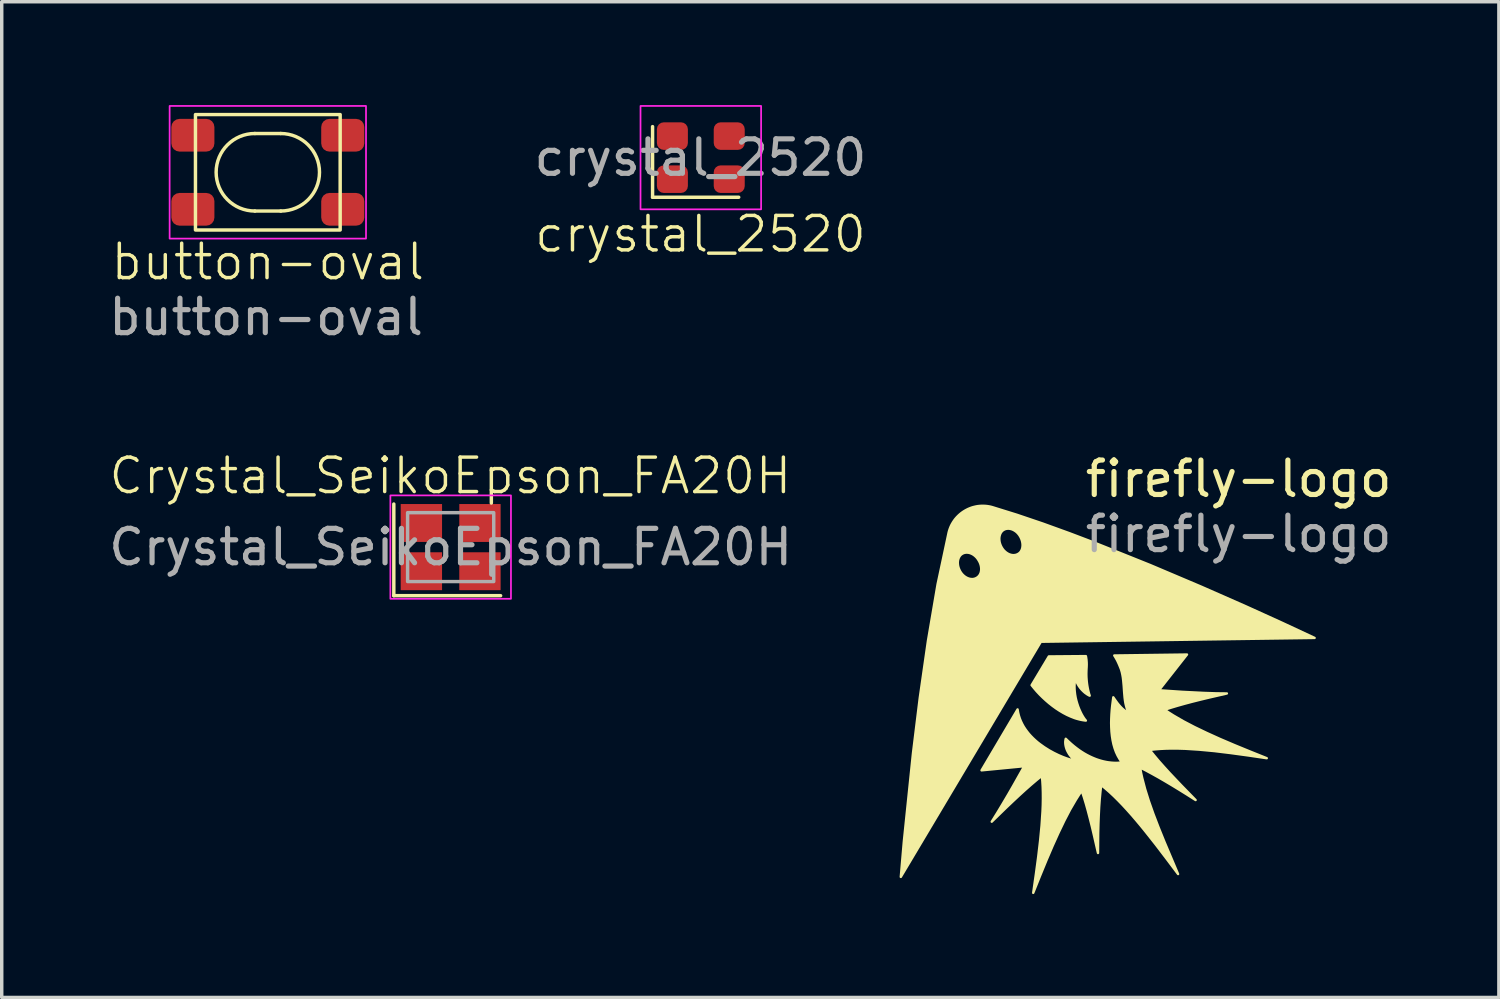
<source format=kicad_pcb>
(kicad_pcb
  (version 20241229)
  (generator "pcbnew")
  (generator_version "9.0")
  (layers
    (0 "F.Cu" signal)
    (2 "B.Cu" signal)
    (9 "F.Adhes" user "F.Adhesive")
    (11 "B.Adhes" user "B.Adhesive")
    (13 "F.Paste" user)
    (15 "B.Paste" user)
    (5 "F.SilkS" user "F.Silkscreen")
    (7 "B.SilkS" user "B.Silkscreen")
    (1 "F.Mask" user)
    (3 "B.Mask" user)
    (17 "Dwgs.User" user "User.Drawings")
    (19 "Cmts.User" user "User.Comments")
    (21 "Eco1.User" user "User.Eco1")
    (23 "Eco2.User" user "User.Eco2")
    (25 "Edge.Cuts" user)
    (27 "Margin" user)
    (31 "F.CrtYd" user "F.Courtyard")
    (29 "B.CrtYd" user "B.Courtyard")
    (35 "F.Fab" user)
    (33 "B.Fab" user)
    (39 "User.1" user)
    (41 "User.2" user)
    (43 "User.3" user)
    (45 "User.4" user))
  (footprint "crystal_2520"
    (layer "F.Cu")
    (at 17.29 1.525)
    (property "Reference" "crystal_2520" (at -0.01 2.22 0) (unlocked yes) (layer "F.SilkS") (effects (font (size 1 1) (thickness 0.1))))
    (attr smd)
    (fp_line (start -1.4 -0.9) (end -1.4 1.15) (stroke (width 0.1) (type default)) (layer "F.SilkS"))
    (fp_line (start -1.4 1.15) (end 1.1 1.15) (stroke (width 0.1) (type default)) (layer "F.SilkS"))
    (fp_rect (start -1.75 -1.5) (end 1.75 1.5) (stroke (width 0.05) (type default)) (fill no) (layer "F.CrtYd"))
    (fp_text user "${REFERENCE}" (at -0.01 0 0) (unlocked yes) (layer "F.Fab") (effects (font (size 1 1) (thickness 0.15))))
    (pad "1" smd roundrect (at -0.825 0.625) (size 0.9 0.8) (layers "F.Cu" "F.Mask" "F.Paste") (roundrect_rratio 0.25))
    (pad "2" smd roundrect (at 0.825 0.625) (size 0.9 0.8) (layers "F.Cu" "F.Mask" "F.Paste") (roundrect_rratio 0.25))
    (pad "3" smd roundrect (at 0.825 -0.625) (size 0.9 0.8) (layers "F.Cu" "F.Mask" "F.Paste") (roundrect_rratio 0.25))
    (pad "4" smd roundrect (at -0.825 -0.625) (size 0.9 0.8) (layers "F.Cu" "F.Mask" "F.Paste") (roundrect_rratio 0.25)))
  (footprint "firefly-logo"
    (layer "F.Cu")
    (at 27.6 15.947)
    (property "Reference" "firefly-logo" (at 5.3 -5.1 0) (unlocked yes) (layer "F.SilkS") (effects (font (size 1 1) (thickness 0.15))))
    (fp_poly (pts (xy 0.871 0.07) (xy 0.875 0.094) (xy 0.878 0.118) (xy 0.882 0.142) (xy 0.884 0.166) (xy 0.886 0.189) (xy 0.889 0.236) (xy 0.89 0.283) (xy 0.889 0.33) (xy 0.887 0.378) (xy 0.884 0.426) (xy 0.882 0.466) (xy 0.881 0.506) (xy 0.88 0.545) (xy 0.88 0.584) (xy 0.882 0.658) (xy 0.887 0.73) (xy 0.893 0.797) (xy 0.901 0.86) (xy 0.91 0.919) (xy 0.92 0.973) (xy 0.93 1.022) (xy 0.94 1.066) (xy 0.95 1.104) (xy 0.958 1.136) (xy 0.972 1.179) (xy 0.977 1.194) (xy 0.964 1.189) (xy 0.929 1.17) (xy 0.904 1.155) (xy 0.877 1.136) (xy 0.846 1.114) (xy 0.814 1.087) (xy 0.78 1.055) (xy 0.745 1.019) (xy 0.71 0.979) (xy 0.676 0.933) (xy 0.659 0.908) (xy 0.643 0.881) (xy 0.628 0.854) (xy 0.613 0.825) (xy 0.598 0.794) (xy 0.585 0.763) (xy 0.572 0.729) (xy 0.56 0.694) (xy 0.552 0.741) (xy 0.545 0.789) (xy 0.54 0.836) (xy 0.537 0.883) (xy 0.536 0.931) (xy 0.537 0.978) (xy 0.539 1.025) (xy 0.543 1.072) (xy 0.554 1.164) (xy 0.57 1.254) (xy 0.591 1.342) (xy 0.616 1.427) (xy 0.643 1.508) (xy 0.673 1.584) (xy 0.705 1.656) (xy 0.737 1.722) (xy 0.77 1.781) (xy 0.803 1.834) (xy 0.835 1.88) (xy 0.866 1.917) (xy 0.811 1.91) (xy 0.756 1.901) (xy 0.701 1.89) (xy 0.646 1.876) (xy 0.591 1.861) (xy 0.535 1.843) (xy 0.426 1.8) (xy 0.317 1.751) (xy 0.209 1.694) (xy 0.103 1.631) (xy -0.001 1.563) (xy -0.103 1.489) (xy -0.202 1.411) (xy -0.297 1.329) (xy -0.388 1.245) (xy -0.476 1.158) (xy -0.559 1.069) (xy -0.636 0.979) (xy -0.709 0.889) (xy -0.209 0.055) (xy 0.866 0.046)) (stroke (width 0.07) (type solid)) (fill yes) (layer "F.SilkS"))
    (fp_poly (pts (xy 2.986 1.037) (xy 3.667 1.083) (xy 4.307 1.115) (xy 4.64 1.126) (xy 4.959 1.13) (xy 4.43 1.252) (xy 4.186 1.311) (xy 3.955 1.369) (xy 3.737 1.427) (xy 3.53 1.485) (xy 3.336 1.543) (xy 3.153 1.602) (xy 3.278 1.687) (xy 3.411 1.771) (xy 3.699 1.938) (xy 4.019 2.105) (xy 4.371 2.274) (xy 4.755 2.448) (xy 5.174 2.627) (xy 5.627 2.813) (xy 6.116 3.009) (xy 5.57 2.928) (xy 5.063 2.859) (xy 4.593 2.802) (xy 4.157 2.761) (xy 3.753 2.735) (xy 3.563 2.729) (xy 3.38 2.727) (xy 3.205 2.73) (xy 3.036 2.738) (xy 2.874 2.751) (xy 2.718 2.769) (xy 2.845 2.927) (xy 2.983 3.091) (xy 3.133 3.26) (xy 3.294 3.437) (xy 3.467 3.62) (xy 3.65 3.812) (xy 4.051 4.223) (xy 3.817 4.074) (xy 3.592 3.934) (xy 3.378 3.803) (xy 3.173 3.681) (xy 2.977 3.567) (xy 2.789 3.462) (xy 2.611 3.366) (xy 2.44 3.278) (xy 2.467 3.428) (xy 2.501 3.582) (xy 2.586 3.906) (xy 2.694 4.251) (xy 2.824 4.62) (xy 2.975 5.014) (xy 3.146 5.436) (xy 3.542 6.371) (xy 3.209 5.927) (xy 2.898 5.519) (xy 2.604 5.147) (xy 2.463 4.973) (xy 2.325 4.808) (xy 2.191 4.652) (xy 2.059 4.504) (xy 1.93 4.364) (xy 1.803 4.233) (xy 1.678 4.109) (xy 1.555 3.994) (xy 1.432 3.887) (xy 1.31 3.787) (xy 1.288 3.988) (xy 1.268 4.2) (xy 1.252 4.424) (xy 1.24 4.662) (xy 1.23 4.914) (xy 1.223 5.181) (xy 1.218 5.76) (xy 1.097 5.232) (xy 1.039 4.987) (xy 0.981 4.756) (xy 0.924 4.538) (xy 0.866 4.331) (xy 0.807 4.137) (xy 0.745 3.954) (xy 0.661 4.079) (xy 0.577 4.212) (xy 0.409 4.5) (xy 0.242 4.82) (xy 0.073 5.172) (xy -0.101 5.557) (xy -0.28 5.975) (xy -0.466 6.428) (xy -0.662 6.917) (xy -0.584 6.371) (xy -0.516 5.864) (xy -0.461 5.394) (xy -0.419 4.958) (xy -0.392 4.554) (xy -0.384 4.364) (xy -0.381 4.181) (xy -0.382 4.006) (xy -0.387 3.837) (xy -0.397 3.675) (xy -0.412 3.519) (xy -0.568 3.646) (xy -0.729 3.783) (xy -0.898 3.932) (xy -1.073 4.092) (xy -1.257 4.264) (xy -1.45 4.447) (xy -1.866 4.852) (xy -1.709 4.6) (xy -1.547 4.331) (xy -1.388 4.062) (xy -1.241 3.807) (xy -0.922 3.241) (xy -2.162 3.361) (xy -1.116 1.593) (xy -1.101 1.683) (xy -1.079 1.771) (xy -1.052 1.855) (xy -1.019 1.937) (xy -0.981 2.016) (xy -0.939 2.092) (xy -0.892 2.164) (xy -0.841 2.234) (xy -0.787 2.302) (xy -0.729 2.366) (xy -0.669 2.427) (xy -0.606 2.486) (xy -0.542 2.542) (xy -0.475 2.595) (xy -0.339 2.692) (xy -0.201 2.779) (xy -0.064 2.854) (xy 0.069 2.919) (xy 0.195 2.973) (xy 0.311 3.016) (xy 0.414 3.049) (xy 0.501 3.071) (xy 0.569 3.084) (xy 0.535 3.059) (xy 0.501 3.031) (xy 0.469 3) (xy 0.437 2.965) (xy 0.408 2.929) (xy 0.38 2.89) (xy 0.355 2.848) (xy 0.332 2.806) (xy 0.312 2.762) (xy 0.296 2.717) (xy 0.283 2.671) (xy 0.274 2.625) (xy 0.271 2.602) (xy 0.269 2.579) (xy 0.268 2.556) (xy 0.268 2.534) (xy 0.27 2.511) (xy 0.273 2.489) (xy 0.277 2.466) (xy 0.282 2.445) (xy 0.362 2.522) (xy 0.441 2.594) (xy 0.519 2.66) (xy 0.597 2.721) (xy 0.673 2.777) (xy 0.749 2.828) (xy 0.823 2.874) (xy 0.896 2.915) (xy 0.968 2.952) (xy 1.038 2.985) (xy 1.106 3.014) (xy 1.172 3.04) (xy 1.237 3.062) (xy 1.299 3.081) (xy 1.359 3.097) (xy 1.417 3.11) (xy 1.472 3.121) (xy 1.524 3.129) (xy 1.621 3.14) (xy 1.706 3.144) (xy 1.777 3.144) (xy 1.835 3.14) (xy 1.877 3.136) (xy 1.912 3.13) (xy 1.878 3.084) (xy 1.846 3.036) (xy 1.789 2.936) (xy 1.74 2.831) (xy 1.7 2.72) (xy 1.667 2.605) (xy 1.642 2.487) (xy 1.623 2.365) (xy 1.61 2.241) (xy 1.603 2.115) (xy 1.6 1.988) (xy 1.603 1.861) (xy 1.609 1.734) (xy 1.618 1.608) (xy 1.631 1.483) (xy 1.662 1.241) (xy 1.712 1.314) (xy 1.76 1.381) (xy 1.784 1.413) (xy 1.808 1.443) (xy 1.833 1.473) (xy 1.858 1.501) (xy 1.884 1.529) (xy 1.911 1.556) (xy 1.94 1.583) (xy 1.971 1.609) (xy 2.003 1.635) (xy 2.038 1.661) (xy 2.076 1.687) (xy 2.116 1.713) (xy 2.081 1.639) (xy 2.053 1.563) (xy 2.031 1.486) (xy 2.013 1.408) (xy 2 1.328) (xy 1.99 1.247) (xy 1.976 1.083) (xy 1.965 0.918) (xy 1.95 0.752) (xy 1.94 0.669) (xy 1.926 0.587) (xy 1.908 0.506) (xy 1.884 0.426) (xy 1.86 0.365) (xy 1.837 0.309) (xy 1.814 0.256) (xy 1.791 0.206) (xy 1.767 0.158) (xy 1.742 0.113) (xy 1.717 0.07) (xy 1.704 0.049) (xy 1.69 0.028) (xy 3.801 -0.000173)) (stroke (width 0.07) (type solid)) (fill yes) (layer "F.SilkS"))
    (fp_poly (pts (xy -2.056 -4.315) (xy -2.004 -4.31) (xy -1.952 -4.302) (xy -1.9 -4.292) (xy -1.848 -4.278) (xy -1.134 -4.056) (xy -0.385 -3.802) (xy 0.388 -3.522) (xy 1.173 -3.224) (xy 2.735 -2.597) (xy 4.214 -1.97) (xy 5.52 -1.395) (xy 6.564 -0.921) (xy 7.505 -0.482) (xy -0.44 -0.371) (xy -4.505 6.454) (xy -4.416 5.418) (xy -4.151 2.857) (xy -3.955 1.262) (xy -3.716 -0.406) (xy -3.437 -2.043) (xy -3.301 -2.678) (xy -2.851 -2.678) (xy -2.85 -2.642) (xy -2.847 -2.605) (xy -2.841 -2.567) (xy -2.831 -2.529) (xy -2.818 -2.491) (xy -2.802 -2.454) (xy -2.783 -2.417) (xy -2.772 -2.399) (xy -2.761 -2.382) (xy -2.749 -2.365) (xy -2.737 -2.35) (xy -2.724 -2.334) (xy -2.711 -2.32) (xy -2.697 -2.306) (xy -2.683 -2.293) (xy -2.669 -2.281) (xy -2.654 -2.269) (xy -2.639 -2.258) (xy -2.624 -2.248) (xy -2.608 -2.239) (xy -2.593 -2.23) (xy -2.577 -2.223) (xy -2.561 -2.216) (xy -2.545 -2.21) (xy -2.528 -2.204) (xy -2.512 -2.2) (xy -2.496 -2.196) (xy -2.48 -2.194) (xy -2.463 -2.192) (xy -2.447 -2.191) (xy -2.431 -2.191) (xy -2.415 -2.191) (xy -2.4 -2.193) (xy -2.384 -2.196) (xy -2.369 -2.199) (xy -2.354 -2.204) (xy -2.339 -2.209) (xy -2.325 -2.215) (xy -2.311 -2.223) (xy -2.296 -2.231) (xy -2.283 -2.24) (xy -2.27 -2.25) (xy -2.258 -2.261) (xy -2.246 -2.272) (xy -2.236 -2.284) (xy -2.226 -2.297) (xy -2.217 -2.31) (xy -2.209 -2.324) (xy -2.202 -2.339) (xy -2.195 -2.354) (xy -2.189 -2.369) (xy -2.184 -2.385) (xy -2.18 -2.402) (xy -2.177 -2.418) (xy -2.174 -2.436) (xy -2.171 -2.471) (xy -2.172 -2.507) (xy -2.176 -2.544) (xy -2.183 -2.582) (xy -2.194 -2.62) (xy -2.208 -2.658) (xy -2.225 -2.695) (xy -2.246 -2.732) (xy -2.257 -2.75) (xy -2.268 -2.767) (xy -2.28 -2.784) (xy -2.292 -2.8) (xy -2.305 -2.815) (xy -2.318 -2.829) (xy -2.332 -2.843) (xy -2.346 -2.856) (xy -2.36 -2.868) (xy -2.375 -2.88) (xy -2.39 -2.891) (xy -2.405 -2.901) (xy -2.421 -2.91) (xy -2.436 -2.919) (xy -2.452 -2.926) (xy -2.468 -2.933) (xy -2.484 -2.94) (xy -2.5 -2.945) (xy -2.517 -2.949) (xy -2.533 -2.953) (xy -2.549 -2.956) (xy -2.565 -2.957) (xy -2.581 -2.958) (xy -2.597 -2.959) (xy -2.613 -2.958) (xy -2.629 -2.956) (xy -2.645 -2.954) (xy -2.66 -2.95) (xy -2.675 -2.946) (xy -2.69 -2.94) (xy -2.704 -2.934) (xy -2.718 -2.926) (xy -2.732 -2.918) (xy -2.744 -2.909) (xy -2.757 -2.899) (xy -2.768 -2.889) (xy -2.779 -2.877) (xy -2.789 -2.865) (xy -2.798 -2.852) (xy -2.806 -2.839) (xy -2.814 -2.825) (xy -2.821 -2.811) (xy -2.827 -2.796) (xy -2.833 -2.78) (xy -2.842 -2.748) (xy -2.848 -2.713) (xy -2.851 -2.678) (xy -3.301 -2.678) (xy -3.153 -3.373) (xy -1.647 -3.373) (xy -1.646 -3.336) (xy -1.643 -3.299) (xy -1.637 -3.262) (xy -1.627 -3.224) (xy -1.614 -3.186) (xy -1.598 -3.149) (xy -1.579 -3.112) (xy -1.568 -3.094) (xy -1.557 -3.077) (xy -1.545 -3.06) (xy -1.533 -3.044) (xy -1.52 -3.029) (xy -1.507 -3.014) (xy -1.493 -3.001) (xy -1.479 -2.988) (xy -1.465 -2.975) (xy -1.45 -2.964) (xy -1.435 -2.953) (xy -1.42 -2.943) (xy -1.404 -2.933) (xy -1.389 -2.925) (xy -1.373 -2.917) (xy -1.357 -2.91) (xy -1.341 -2.904) (xy -1.325 -2.899) (xy -1.308 -2.894) (xy -1.292 -2.891) (xy -1.276 -2.888) (xy -1.26 -2.886) (xy -1.243 -2.885) (xy -1.227 -2.885) (xy -1.212 -2.886) (xy -1.196 -2.888) (xy -1.18 -2.89) (xy -1.165 -2.894) (xy -1.15 -2.898) (xy -1.135 -2.904) (xy -1.121 -2.91) (xy -1.107 -2.917) (xy -1.092 -2.925) (xy -1.079 -2.935) (xy -1.066 -2.944) (xy -1.054 -2.955) (xy -1.043 -2.966) (xy -1.033 -2.978) (xy -1.023 -2.991) (xy -1.015 -3.005) (xy -1.007 -3.019) (xy -1 -3.033) (xy -0.993 -3.048) (xy -0.988 -3.064) (xy -0.983 -3.08) (xy -0.979 -3.096) (xy -0.974 -3.13) (xy -0.971 -3.166) (xy -0.972 -3.202) (xy -0.976 -3.239) (xy -0.983 -3.277) (xy -0.993 -3.314) (xy -1.006 -3.352) (xy -1.023 -3.39) (xy -1.042 -3.427) (xy -1.053 -3.444) (xy -1.064 -3.462) (xy -1.076 -3.478) (xy -1.088 -3.494) (xy -1.101 -3.509) (xy -1.114 -3.524) (xy -1.128 -3.538) (xy -1.142 -3.551) (xy -1.156 -3.563) (xy -1.171 -3.575) (xy -1.186 -3.585) (xy -1.201 -3.595) (xy -1.217 -3.605) (xy -1.232 -3.613) (xy -1.248 -3.621) (xy -1.264 -3.628) (xy -1.28 -3.634) (xy -1.297 -3.639) (xy -1.313 -3.644) (xy -1.329 -3.647) (xy -1.345 -3.65) (xy -1.361 -3.652) (xy -1.378 -3.653) (xy -1.394 -3.653) (xy -1.409 -3.652) (xy -1.425 -3.651) (xy -1.441 -3.648) (xy -1.456 -3.645) (xy -1.471 -3.64) (xy -1.486 -3.635) (xy -1.5 -3.628) (xy -1.514 -3.621) (xy -1.528 -3.613) (xy -1.541 -3.604) (xy -1.553 -3.594) (xy -1.564 -3.583) (xy -1.575 -3.572) (xy -1.585 -3.56) (xy -1.594 -3.547) (xy -1.603 -3.534) (xy -1.61 -3.52) (xy -1.617 -3.505) (xy -1.624 -3.49) (xy -1.629 -3.474) (xy -1.638 -3.442) (xy -1.644 -3.408) (xy -1.647 -3.373) (xy -3.153 -3.373) (xy -3.116 -3.547) (xy -3.102 -3.598) (xy -3.085 -3.648) (xy -3.066 -3.697) (xy -3.045 -3.744) (xy -3.021 -3.79) (xy -2.995 -3.834) (xy -2.967 -3.877) (xy -2.938 -3.918) (xy -2.906 -3.957) (xy -2.872 -3.995) (xy -2.837 -4.03) (xy -2.8 -4.064) (xy -2.762 -4.096) (xy -2.722 -4.126) (xy -2.681 -4.154) (xy -2.638 -4.18) (xy -2.594 -4.204) (xy -2.55 -4.226) (xy -2.504 -4.245) (xy -2.457 -4.263) (xy -2.409 -4.278) (xy -2.36 -4.29) (xy -2.311 -4.301) (xy -2.261 -4.309) (xy -2.21 -4.314) (xy -2.159 -4.317) (xy -2.108 -4.317)) (stroke (width 0.07) (type solid)) (fill yes) (layer "F.SilkS"))
    (fp_text user "${REFERENCE}" (at 5.3 -3.5 0) (unlocked yes) (layer "F.Fab") (effects (font (size 1 1) (thickness 0.15)))))
  (footprint "Crystal_SeikoEpson_FA20H"
    (layer "F.Cu")
    (at 10.03 12.829)
    (property "Reference" "Crystal_SeikoEpson_FA20H" (at -0.01 -2.07 0) (unlocked yes) (layer "F.SilkS") (effects (font (size 1 1) (thickness 0.1))))
    (attr smd)
    (fp_line (start -1.65 -1.25) (end -1.65 1.41) (stroke (width 0.1) (type default)) (layer "F.SilkS"))
    (fp_line (start -1.65 1.41) (end 1.45 1.41) (stroke (width 0.1) (type default)) (layer "F.SilkS"))
    (fp_rect (start -1.75 -1.5) (end 1.75 1.5) (stroke (width 0.05) (type default)) (fill no) (layer "F.CrtYd"))
    (fp_rect (start -1.25 -1) (end 1.25 1) (stroke (width 0.1) (type default)) (fill no) (layer "F.Fab"))
    (fp_text user "${REFERENCE}" (at 0 0 0) (unlocked yes) (layer "F.Fab") (effects (font (size 1 1) (thickness 0.15))))
    (pad "1" smd rect (at -0.85 0.7) (size 1.2 1.1) (layers "F.Cu" "F.Mask" "F.Paste"))
    (pad "2" smd rect (at 0.85 0.7) (size 1.2 1.1) (layers "F.Cu" "F.Mask" "F.Paste"))
    (pad "3" smd rect (at 0.85 -0.7) (size 1.2 1.1) (layers "F.Cu" "F.Mask" "F.Paste"))
    (pad "4" smd rect (at -0.85 -0.7) (size 1.2 1.1) (layers "F.Cu" "F.Mask" "F.Paste")))
  (footprint "button-oval"
    (layer "F.Cu")
    (at 4.723 1.95)
    (property "Reference" "button-oval" (at 0 2.6 0) (unlocked yes) (layer "F.SilkS") (effects (font (size 1 1) (thickness 0.1))))
    (attr smd)
    (fp_line (start 0.375 -1.125) (end -0.375 -1.125) (stroke (width 0.1) (type default)) (layer "F.SilkS"))
    (fp_line (start 0.375 1.125) (end -0.375 1.125) (stroke (width 0.1) (type default)) (layer "F.SilkS"))
    (fp_rect (start -2.1 -1.675) (end 2.1 1.675) (stroke (width 0.1) (type default)) (fill no) (layer "F.SilkS"))
    (fp_arc (start -0.375 1.125) (mid -1.5 0) (end -0.375 -1.125) (stroke (width 0.1) (type default)) (layer "F.SilkS"))
    (fp_arc (start 0.375 -1.125) (mid 1.5 0) (end 0.375 1.125) (stroke (width 0.1) (type default)) (layer "F.SilkS"))
    (fp_rect (start -2.85 -1.925) (end 2.85 1.925) (stroke (width 0.05) (type default)) (fill no) (layer "F.CrtYd"))
    (fp_text user "${REFERENCE}" (at -0.05 4.2 0) (unlocked yes) (layer "F.Fab") (effects (font (size 1 1) (thickness 0.15))))
    (pad "1" smd roundrect (at -2.175 -1.075) (size 1.25 0.95) (layers "F.Cu" "F.Mask" "F.Paste") (roundrect_rratio 0.25))
    (pad "2" smd roundrect (at 2.175 -1.075) (size 1.25 0.95) (layers "F.Cu" "F.Mask" "F.Paste") (roundrect_rratio 0.25))
    (pad "3" smd roundrect (at -2.175 1.075) (size 1.25 0.95) (layers "F.Cu" "F.Mask" "F.Paste") (roundrect_rratio 0.25))
    (pad "4" smd roundrect (at 2.175 1.075) (size 1.25 0.95) (layers "F.Cu" "F.Mask" "F.Paste") (roundrect_rratio 0.25)))
  (gr_rect
    (start -3 -3)
    (end 40.453 25.899)
    (stroke (width 0.1) (type default))
    (fill no)
    (layer "Edge.Cuts")))
</source>
